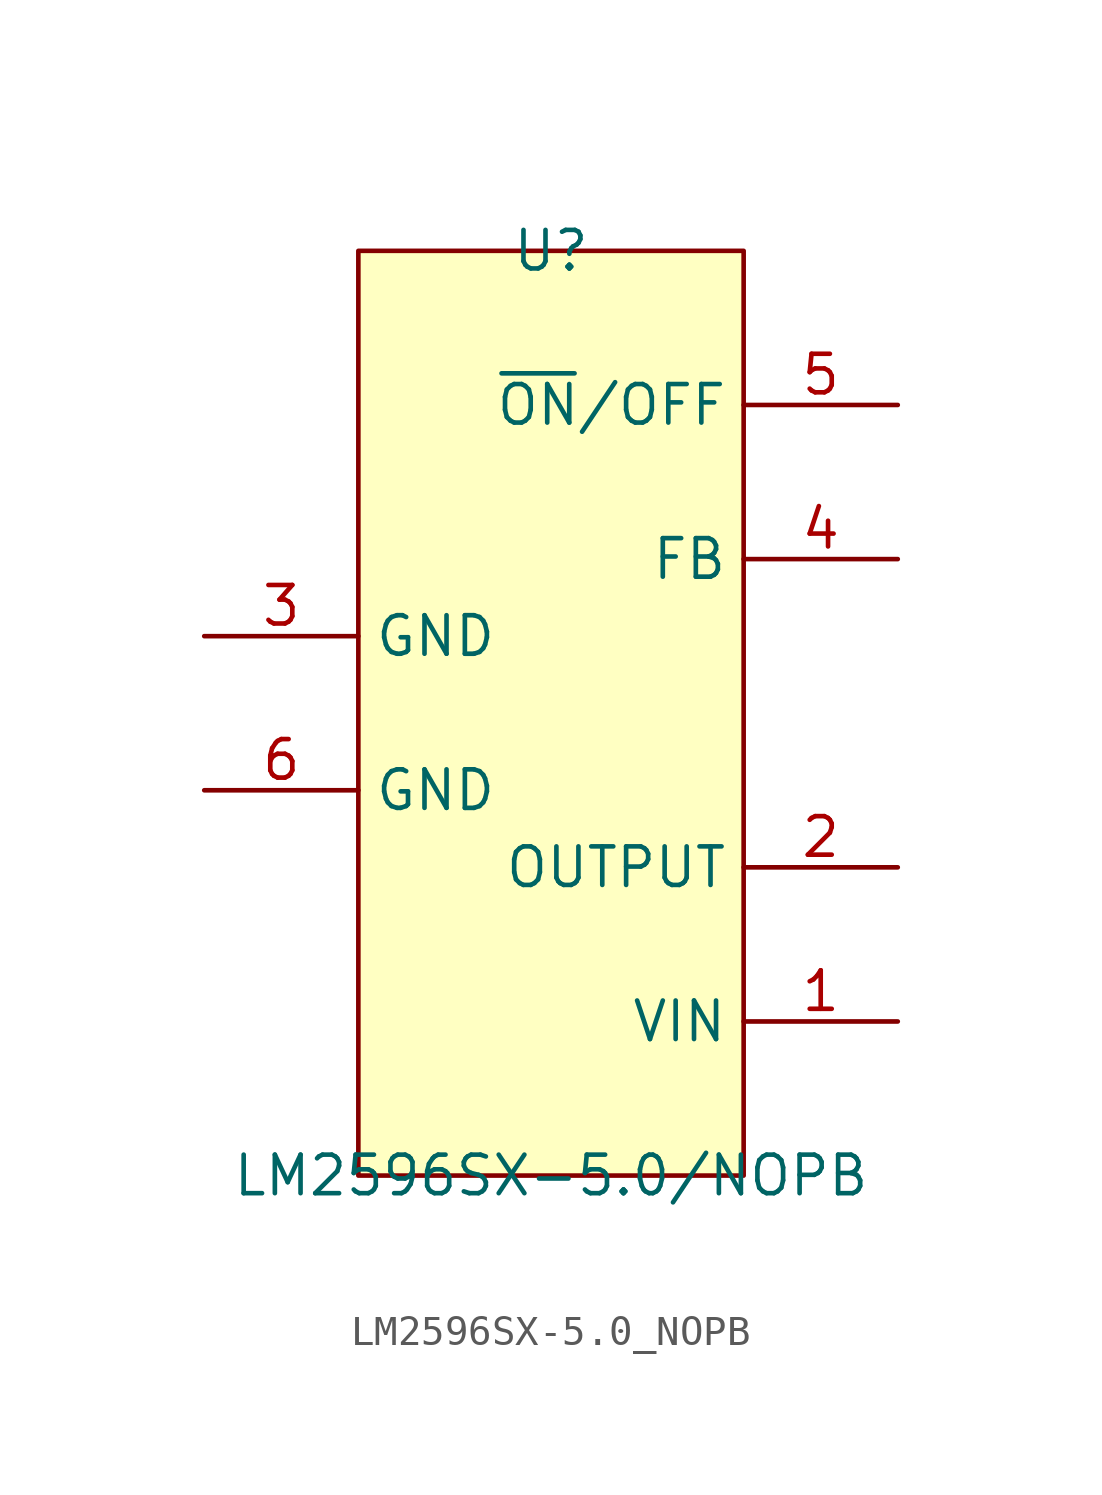
<source format=kicad_sym>
(kicad_symbol_lib
  (version 20211014)
  (generator https://github.com/uPesy/easyeda2kicad.py)
  (symbol "LM2596SX-5.0_NOPB"
    (property "Reference" "U"
      (at 0 15.24 0)
      (effects (font (size 1.27 1.27))))
    (property "Value" "LM2596SX-5.0/NOPB"
      (at 0 -15.24 0)
      (effects (font (size 1.27 1.27))))
    (symbol "LM2596SX-5.0_NOPB_0_1"
      (rectangle (start -6.35 15.24) (end 6.35 -15.24) (stroke (width 0) (type default) (color 0 0 0 0)) (fill (type background)))
      (pin unspecified line (at 11.43 -10.16 180) (length 5.08) (name "VIN" (effects (font (size 1.27 1.27)))) (number "1" (effects (font (size 1.27 1.27)))))
      (pin unspecified line (at 11.43 -5.08 180) (length 5.08) (name "OUTPUT" (effects (font (size 1.27 1.27)))) (number "2" (effects (font (size 1.27 1.27)))))
      (pin unspecified line (at -11.43 2.54 0) (length 5.08) (name "GND" (effects (font (size 1.27 1.27)))) (number "3" (effects (font (size 1.27 1.27)))))
      (pin unspecified line (at 11.43 5.08 180) (length 5.08) (name "FB" (effects (font (size 1.27 1.27)))) (number "4" (effects (font (size 1.27 1.27)))))
      (pin unspecified line (at 11.43 10.16 180) (length 5.08) (name "~{ON}/OFF" (effects (font (size 1.27 1.27)))) (number "5" (effects (font (size 1.27 1.27)))))
      (pin unspecified line (at -11.43 -2.54 0) (length 5.08) (name "GND" (effects (font (size 1.27 1.27)))) (number "6" (effects (font (size 1.27 1.27))))))))
</source>
